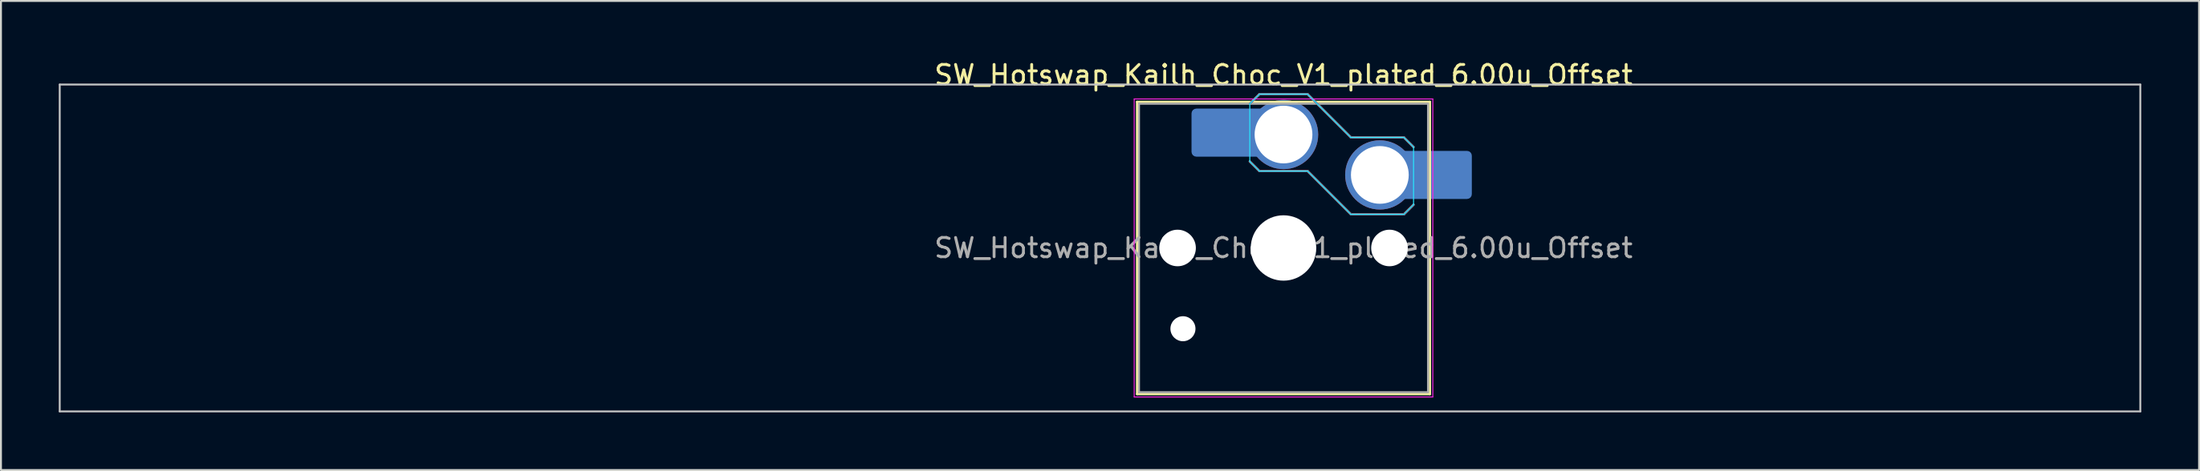
<source format=kicad_pcb>
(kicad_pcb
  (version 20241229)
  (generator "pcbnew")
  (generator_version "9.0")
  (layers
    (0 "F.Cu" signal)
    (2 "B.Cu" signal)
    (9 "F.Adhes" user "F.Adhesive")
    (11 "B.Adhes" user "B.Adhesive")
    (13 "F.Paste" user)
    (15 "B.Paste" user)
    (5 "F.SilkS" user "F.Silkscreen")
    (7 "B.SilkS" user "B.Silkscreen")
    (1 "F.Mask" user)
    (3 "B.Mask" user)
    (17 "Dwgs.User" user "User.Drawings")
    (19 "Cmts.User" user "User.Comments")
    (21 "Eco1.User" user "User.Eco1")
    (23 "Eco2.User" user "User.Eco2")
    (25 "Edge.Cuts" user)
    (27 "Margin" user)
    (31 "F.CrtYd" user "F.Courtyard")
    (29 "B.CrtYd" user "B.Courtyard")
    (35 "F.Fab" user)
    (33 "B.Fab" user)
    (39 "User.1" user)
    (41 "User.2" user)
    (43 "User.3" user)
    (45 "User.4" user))
  (footprint "SW_Hotswap_Kailh_Choc_V1_plated_6.00u_Offset"
    (layer "F.Cu")
    (at 63.575 9.848)
    (property "Reference" "SW_Hotswap_Kailh_Choc_V1_plated_6.00u_Offset" (at 0 -9 0) (layer "F.SilkS") (effects (font (size 1 1) (thickness 0.15))))
    (attr smd)
    (fp_line (start -7.6 -7.6) (end -7.6 7.6) (stroke (width 0.12) (type solid)) (layer "F.SilkS"))
    (fp_line (start -7.6 7.6) (end 7.6 7.6) (stroke (width 0.12) (type solid)) (layer "F.SilkS"))
    (fp_line (start 7.6 -7.6) (end -7.6 -7.6) (stroke (width 0.12) (type solid)) (layer "F.SilkS"))
    (fp_line (start 7.6 7.6) (end 7.6 -7.6) (stroke (width 0.12) (type solid)) (layer "F.SilkS"))
    (fp_line (start -1.75 -7.5) (end -1.25 -8) (stroke (width 0.12) (type solid)) (layer "B.SilkS"))
    (fp_line (start -1.25 -8) (end 1.25 -8) (stroke (width 0.12) (type solid)) (layer "B.SilkS"))
    (fp_line (start -1.25 -4) (end -1.75 -4.5) (stroke (width 0.12) (type solid)) (layer "B.SilkS"))
    (fp_line (start 1.25 -8) (end 3.5 -5.75) (stroke (width 0.12) (type solid)) (layer "B.SilkS"))
    (fp_line (start 1.25 -4) (end -1.25 -4) (stroke (width 0.12) (type solid)) (layer "B.SilkS"))
    (fp_line (start 3.5 -5.75) (end 6.25 -5.75) (stroke (width 0.12) (type solid)) (layer "B.SilkS"))
    (fp_line (start 3.5 -1.75) (end 1.25 -4) (stroke (width 0.12) (type solid)) (layer "B.SilkS"))
    (fp_line (start 6.25 -5.75) (end 6.75 -5.25) (stroke (width 0.12) (type solid)) (layer "B.SilkS"))
    (fp_line (start 6.25 -1.75) (end 3.5 -1.75) (stroke (width 0.12) (type solid)) (layer "B.SilkS"))
    (fp_line (start 6.75 -2.25) (end 6.25 -1.75) (stroke (width 0.12) (type solid)) (layer "B.SilkS"))
    (fp_line (start -63.525 -8.5) (end -63.525 8.5) (stroke (width 0.1) (type solid)) (layer "Dwgs.User"))
    (fp_line (start -63.525 8.5) (end 44.475 8.5) (stroke (width 0.1) (type solid)) (layer "Dwgs.User"))
    (fp_line (start 44.475 -8.5) (end -63.525 -8.5) (stroke (width 0.1) (type solid)) (layer "Dwgs.User"))
    (fp_line (start 44.475 8.5) (end 44.475 -8.5) (stroke (width 0.1) (type solid)) (layer "Dwgs.User"))
    (fp_line (start -7.25 -7.25) (end -7.25 7.25) (stroke (width 0.1) (type solid)) (layer "Eco1.User"))
    (fp_line (start -7.25 7.25) (end 7.25 7.25) (stroke (width 0.1) (type solid)) (layer "Eco1.User"))
    (fp_line (start 7.25 -7.25) (end -7.25 -7.25) (stroke (width 0.1) (type solid)) (layer "Eco1.User"))
    (fp_line (start 7.25 7.25) (end 7.25 -7.25) (stroke (width 0.1) (type solid)) (layer "Eco1.User"))
    (fp_line (start -1.75 -7.5) (end -1.25 -8) (stroke (width 0.05) (type solid)) (layer "B.CrtYd"))
    (fp_line (start -1.75 -4.5) (end -1.75 -7.5) (stroke (width 0.05) (type solid)) (layer "B.CrtYd"))
    (fp_line (start -1.25 -8) (end 1.25 -8) (stroke (width 0.05) (type solid)) (layer "B.CrtYd"))
    (fp_line (start -1.25 -4) (end -1.75 -4.5) (stroke (width 0.05) (type solid)) (layer "B.CrtYd"))
    (fp_line (start 1.25 -8) (end 3.5 -5.75) (stroke (width 0.05) (type solid)) (layer "B.CrtYd"))
    (fp_line (start 1.25 -4) (end -1.25 -4) (stroke (width 0.05) (type solid)) (layer "B.CrtYd"))
    (fp_line (start 3.5 -5.75) (end 6.25 -5.75) (stroke (width 0.05) (type solid)) (layer "B.CrtYd"))
    (fp_line (start 3.5 -1.75) (end 1.25 -4) (stroke (width 0.05) (type solid)) (layer "B.CrtYd"))
    (fp_line (start 6.25 -5.75) (end 6.75 -5.25) (stroke (width 0.05) (type solid)) (layer "B.CrtYd"))
    (fp_line (start 6.25 -1.75) (end 3.5 -1.75) (stroke (width 0.05) (type solid)) (layer "B.CrtYd"))
    (fp_line (start 6.75 -5.25) (end 6.75 -2.25) (stroke (width 0.05) (type solid)) (layer "B.CrtYd"))
    (fp_line (start 6.75 -2.25) (end 6.25 -1.75) (stroke (width 0.05) (type solid)) (layer "B.CrtYd"))
    (fp_line (start -7.75 -7.75) (end -7.75 7.75) (stroke (width 0.05) (type solid)) (layer "F.CrtYd"))
    (fp_line (start -7.75 7.75) (end 7.75 7.75) (stroke (width 0.05) (type solid)) (layer "F.CrtYd"))
    (fp_line (start 7.75 -7.75) (end -7.75 -7.75) (stroke (width 0.05) (type solid)) (layer "F.CrtYd"))
    (fp_line (start 7.75 7.75) (end 7.75 -7.75) (stroke (width 0.05) (type solid)) (layer "F.CrtYd"))
    (fp_line (start -1.75 -7.5) (end -1.25 -8) (stroke (width 0.1) (type solid)) (layer "B.Fab"))
    (fp_line (start -1.25 -8) (end 1.25 -8) (stroke (width 0.1) (type solid)) (layer "B.Fab"))
    (fp_line (start -1.25 -4) (end -1.75 -4.5) (stroke (width 0.1) (type solid)) (layer "B.Fab"))
    (fp_line (start 1.25 -8) (end 3.5 -5.75) (stroke (width 0.1) (type solid)) (layer "B.Fab"))
    (fp_line (start 1.25 -4) (end -1.25 -4) (stroke (width 0.1) (type solid)) (layer "B.Fab"))
    (fp_line (start 3.5 -5.75) (end 6.25 -5.75) (stroke (width 0.1) (type solid)) (layer "B.Fab"))
    (fp_line (start 3.5 -1.75) (end 1.25 -4) (stroke (width 0.1) (type solid)) (layer "B.Fab"))
    (fp_line (start 6.25 -5.75) (end 6.75 -5.25) (stroke (width 0.1) (type solid)) (layer "B.Fab"))
    (fp_line (start 6.25 -1.75) (end 3.5 -1.75) (stroke (width 0.1) (type solid)) (layer "B.Fab"))
    (fp_line (start 6.75 -2.25) (end 6.25 -1.75) (stroke (width 0.1) (type solid)) (layer "B.Fab"))
    (fp_line (start -7.5 -7.5) (end -7.5 7.5) (stroke (width 0.1) (type solid)) (layer "F.Fab"))
    (fp_line (start -7.5 7.5) (end 7.5 7.5) (stroke (width 0.1) (type solid)) (layer "F.Fab"))
    (fp_line (start 7.5 -7.5) (end -7.5 -7.5) (stroke (width 0.1) (type solid)) (layer "F.Fab"))
    (fp_line (start 7.5 7.5) (end 7.5 -7.5) (stroke (width 0.1) (type solid)) (layer "F.Fab"))
    (fp_text user "${REFERENCE}" (at 0 0 0) (layer "F.Fab") (effects (font (size 1 1) (thickness 0.15))))
    (pad "" np_thru_hole circle (at -5.5 0) (size 1.9 1.9) (drill 1.9) (layers "*.Cu" "*.Mask"))
    (pad "" np_thru_hole circle (at -5.22 4.2) (size 1.3 1.3) (drill 1.3) (layers "*.Cu" "*.Mask"))
    (pad "" smd roundrect (at -3.5 -6) (size 2.55 2.5) (layers "B.Mask" "B.Paste") (roundrect_rratio 0.1))
    (pad "" np_thru_hole circle (at 0 0) (size 3.4 3.4) (drill 3.4) (layers "*.Cu" "*.Mask"))
    (pad "" np_thru_hole circle (at 5.5 0) (size 1.9 1.9) (drill 1.9) (layers "*.Cu" "*.Mask"))
    (pad "" smd roundrect (at 8.5 -3.8) (size 2.55 2.5) (layers "B.Mask" "B.Paste") (roundrect_rratio 0.1))
    (pad "1" smd roundrect (at -2.85 -6) (size 3.85 2.5) (layers "B.Cu") (roundrect_rratio 0.1))
    (pad "1" thru_hole circle (at 0 -5.9) (size 3.6 3.6) (drill 3) (layers "*.Cu" "B.Mask"))
    (pad "2" thru_hole circle (at 5 -3.8) (size 3.6 3.6) (drill 3) (layers "*.Cu" "B.Mask"))
    (pad "2" smd roundrect (at 7.85 -3.8) (size 3.85 2.5) (layers "B.Cu") (roundrect_rratio 0.1)))
  (gr_rect
    (start -3 -3)
    (end 111.1 21.398)
    (stroke (width 0.1) (type default))
    (fill no)
    (layer "Edge.Cuts")))
</source>
